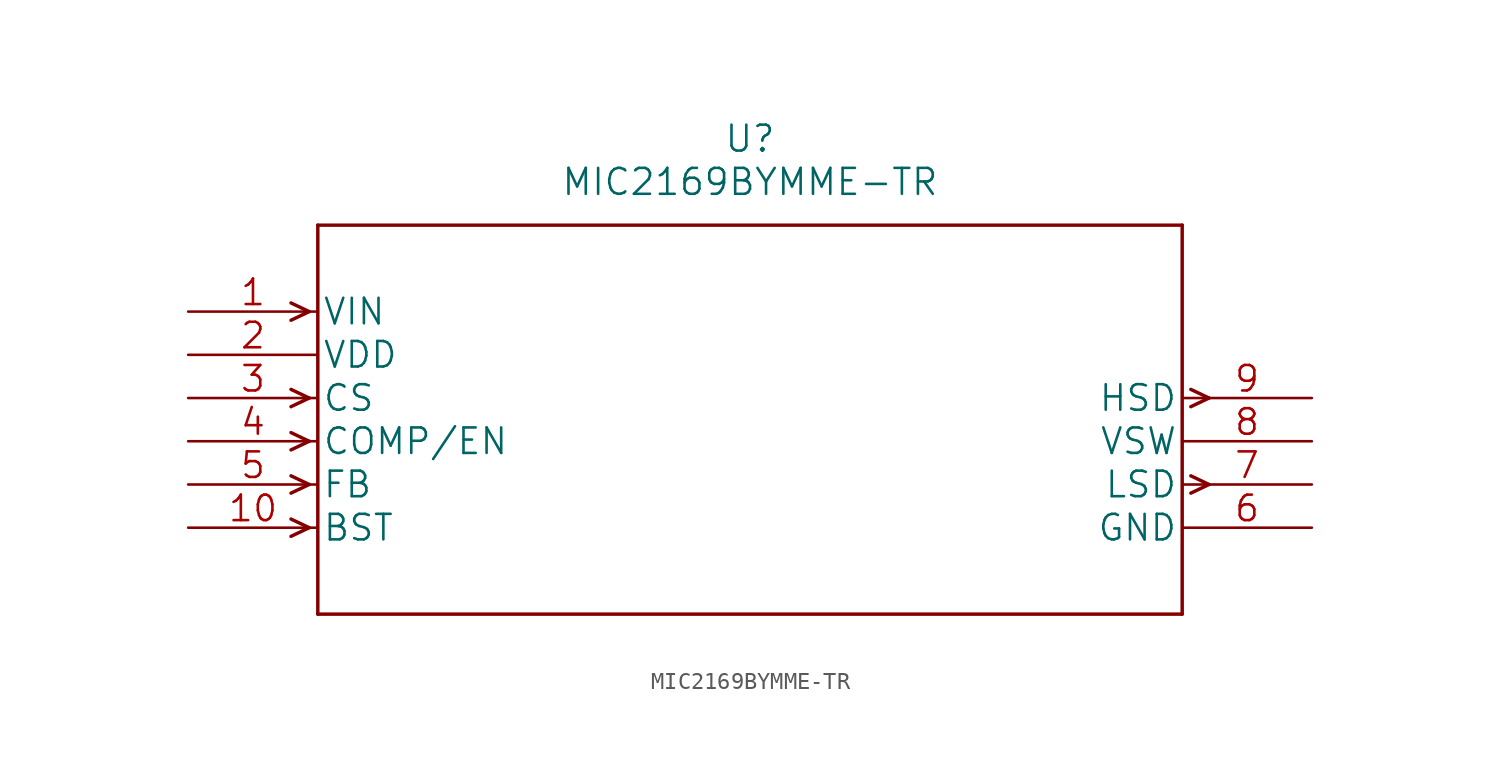
<source format=kicad_sym>
(kicad_symbol_lib
  (version 20211014)
  (generator kicad_symbol_editor)
  (symbol "MIC2169BYMME-TR"
    (pin_names
      (offset 0.254))
    (property "Reference" "U"
      (at 33.02 10.16 0)
      (effects (font (size 1.524 1.524))))
    (property "Value" "MIC2169BYMME-TR"
      (at 33.02 7.62 0)
      (effects (font (size 1.524 1.524))))
    (property "Datasheet" ""
      (at 0 0 0)
      (effects (font (size 1.524 1.524))))
    (property "ki_locked" ""
      (at 0 0 0)
      (effects (font (size 1.27 1.27))))
    (symbol "MIC2169BYMME-TR_1_1"
      (polyline (pts (xy 7.112 -12.7) (xy 6.045 -13.208)) (stroke (width 0.203) (type default) (color 0 0 0 0)) (fill (type none)))
      (polyline (pts (xy 7.112 -12.7) (xy 6.045 -12.192)) (stroke (width 0.203) (type default) (color 0 0 0 0)) (fill (type none)))
      (polyline (pts (xy 7.112 -10.16) (xy 6.045 -10.668)) (stroke (width 0.203) (type default) (color 0 0 0 0)) (fill (type none)))
      (polyline (pts (xy 7.112 -10.16) (xy 6.045 -9.652)) (stroke (width 0.203) (type default) (color 0 0 0 0)) (fill (type none)))
      (polyline (pts (xy 7.112 -7.62) (xy 6.045 -8.128)) (stroke (width 0.203) (type default) (color 0 0 0 0)) (fill (type none)))
      (polyline (pts (xy 7.112 -7.62) (xy 6.045 -7.112)) (stroke (width 0.203) (type default) (color 0 0 0 0)) (fill (type none)))
      (polyline (pts (xy 7.112 -5.08) (xy 6.045 -5.588)) (stroke (width 0.203) (type default) (color 0 0 0 0)) (fill (type none)))
      (polyline (pts (xy 7.112 -5.08) (xy 6.045 -4.572)) (stroke (width 0.203) (type default) (color 0 0 0 0)) (fill (type none)))
      (polyline (pts (xy 7.112 0) (xy 6.045 -0.508)) (stroke (width 0.203) (type default) (color 0 0 0 0)) (fill (type none)))
      (polyline (pts (xy 7.112 0) (xy 6.045 0.508)) (stroke (width 0.203) (type default) (color 0 0 0 0)) (fill (type none)))
      (polyline (pts (xy 7.62 -17.78) (xy 58.42 -17.78)) (stroke (width 0.203) (type default) (color 0 0 0 0)) (fill (type none)))
      (polyline (pts (xy 7.62 5.08) (xy 7.62 -17.78)) (stroke (width 0.203) (type default) (color 0 0 0 0)) (fill (type none)))
      (polyline (pts (xy 58.42 -17.78) (xy 58.42 5.08)) (stroke (width 0.203) (type default) (color 0 0 0 0)) (fill (type none)))
      (polyline (pts (xy 58.42 5.08) (xy 7.62 5.08)) (stroke (width 0.203) (type default) (color 0 0 0 0)) (fill (type none)))
      (polyline (pts (xy 58.928 -10.668) (xy 59.995 -10.16)) (stroke (width 0.203) (type default) (color 0 0 0 0)) (fill (type none)))
      (polyline (pts (xy 58.928 -9.652) (xy 59.995 -10.16)) (stroke (width 0.203) (type default) (color 0 0 0 0)) (fill (type none)))
      (polyline (pts (xy 58.928 -5.588) (xy 59.995 -5.08)) (stroke (width 0.203) (type default) (color 0 0 0 0)) (fill (type none)))
      (polyline (pts (xy 58.928 -4.572) (xy 59.995 -5.08)) (stroke (width 0.203) (type default) (color 0 0 0 0)) (fill (type none)))
      (pin input line (at 0 0 0) (length 7.62) (name "VIN" (effects (font (size 1.499 1.499)))) (number "1" (effects (font (size 1.499 1.499)))))
      (pin input line (at 0 -12.7 0) (length 7.62) (name "BST" (effects (font (size 1.499 1.499)))) (number "10" (effects (font (size 1.499 1.499)))))
      (pin power_in line (at 0 -2.54 0) (length 7.62) (name "VDD" (effects (font (size 1.499 1.499)))) (number "2" (effects (font (size 1.499 1.499)))))
      (pin input line (at 0 -5.08 0) (length 7.62) (name "CS" (effects (font (size 1.499 1.499)))) (number "3" (effects (font (size 1.499 1.499)))))
      (pin input line (at 0 -7.62 0) (length 7.62) (name "COMP/EN" (effects (font (size 1.499 1.499)))) (number "4" (effects (font (size 1.499 1.499)))))
      (pin input line (at 0 -10.16 0) (length 7.62) (name "FB" (effects (font (size 1.499 1.499)))) (number "5" (effects (font (size 1.499 1.499)))))
      (pin power_in line (at 66.04 -12.7 180) (length 7.62) (name "GND" (effects (font (size 1.499 1.499)))) (number "6" (effects (font (size 1.499 1.499)))))
      (pin output line (at 66.04 -10.16 180) (length 7.62) (name "LSD" (effects (font (size 1.499 1.499)))) (number "7" (effects (font (size 1.499 1.499)))))
      (pin unspecified line (at 66.04 -7.62 180) (length 7.62) (name "VSW" (effects (font (size 1.499 1.499)))) (number "8" (effects (font (size 1.499 1.499)))))
      (pin output line (at 66.04 -5.08 180) (length 7.62) (name "HSD" (effects (font (size 1.499 1.499)))) (number "9" (effects (font (size 1.499 1.499))))))))
</source>
